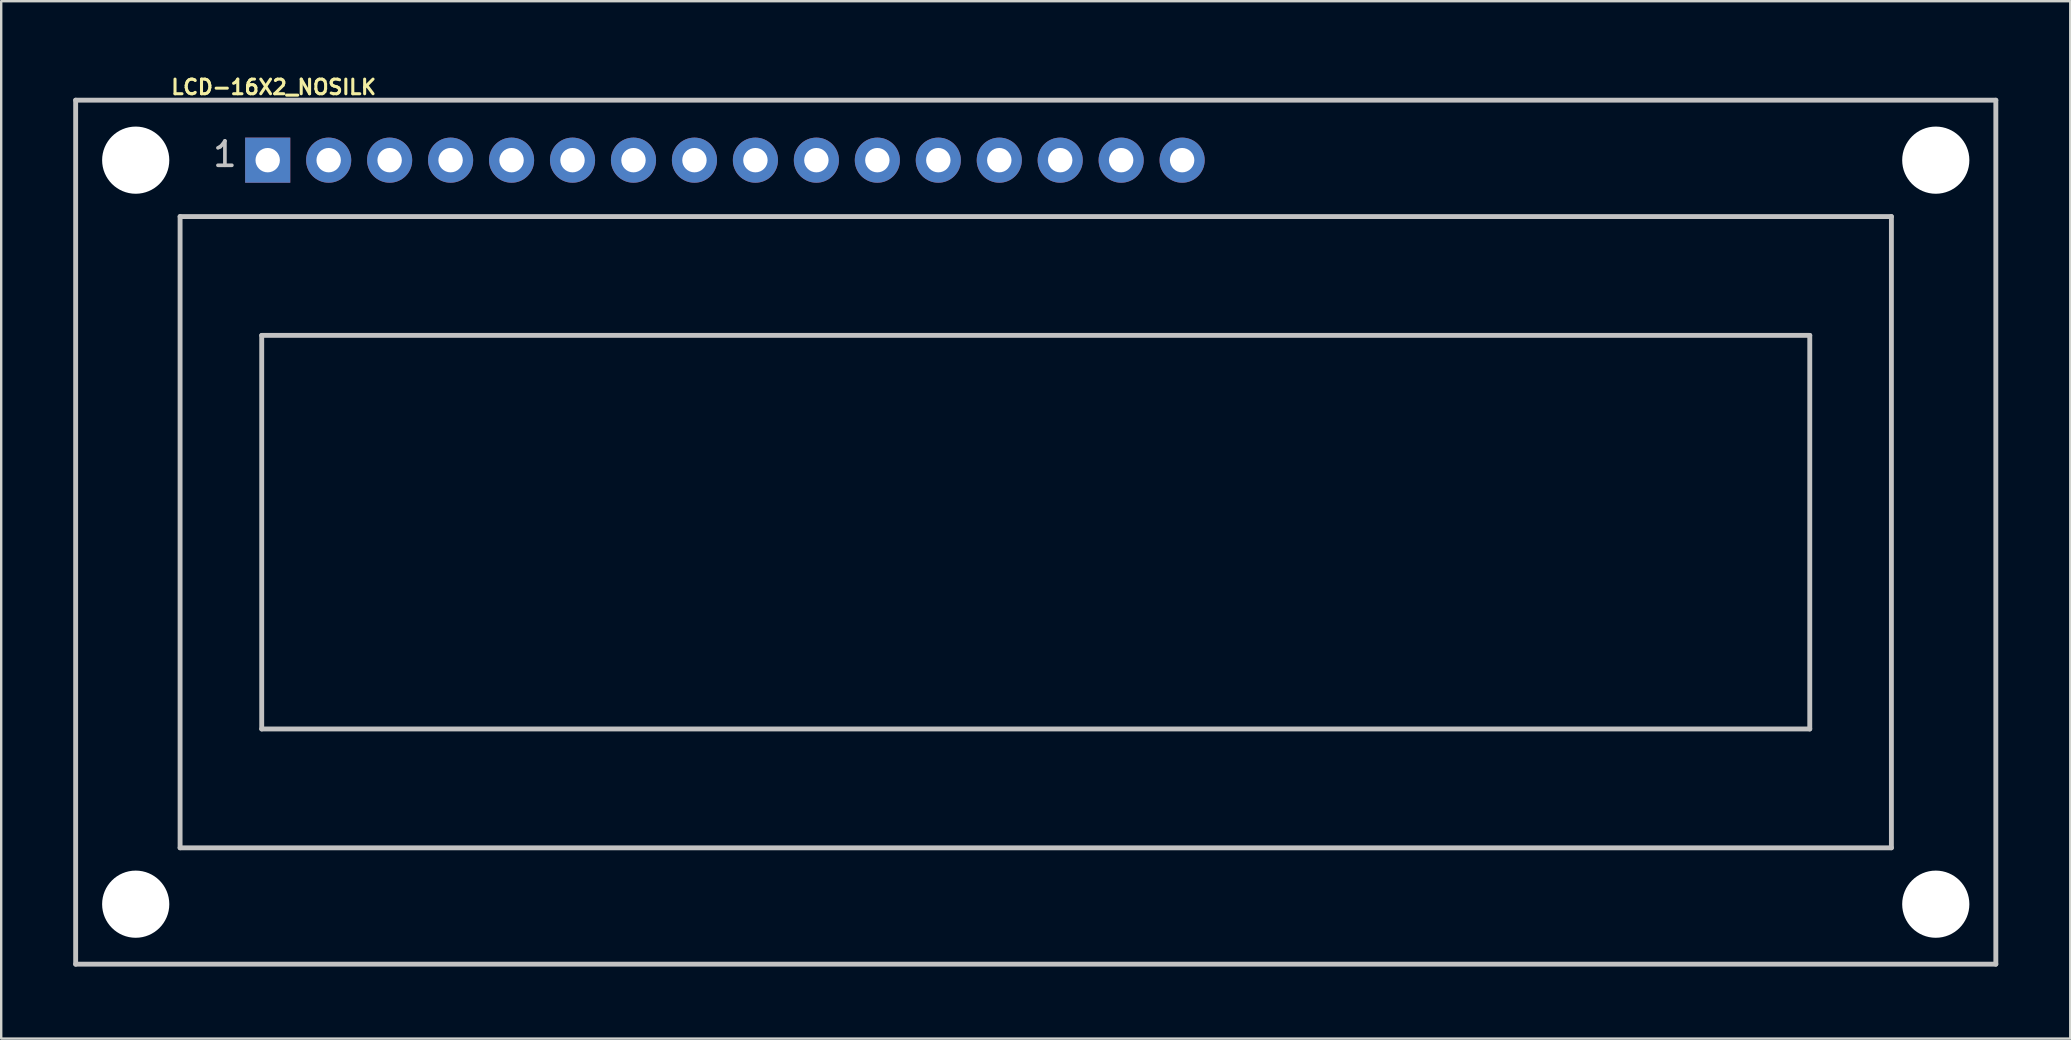
<source format=kicad_pcb>
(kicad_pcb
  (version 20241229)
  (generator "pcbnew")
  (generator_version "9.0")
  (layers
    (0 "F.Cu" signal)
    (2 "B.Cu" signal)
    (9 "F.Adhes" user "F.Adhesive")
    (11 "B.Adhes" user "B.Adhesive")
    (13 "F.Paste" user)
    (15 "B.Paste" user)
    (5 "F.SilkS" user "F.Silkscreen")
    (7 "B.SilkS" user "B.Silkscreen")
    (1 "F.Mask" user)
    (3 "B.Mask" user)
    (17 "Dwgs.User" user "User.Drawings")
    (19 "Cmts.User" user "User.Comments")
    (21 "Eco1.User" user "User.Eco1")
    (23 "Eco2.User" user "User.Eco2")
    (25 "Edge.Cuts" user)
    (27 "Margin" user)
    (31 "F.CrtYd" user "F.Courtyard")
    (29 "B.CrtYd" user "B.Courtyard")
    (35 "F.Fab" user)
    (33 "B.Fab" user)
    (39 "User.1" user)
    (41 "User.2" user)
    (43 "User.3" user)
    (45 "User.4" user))
  (footprint "LCD-16X2_NOSILK"
    (layer "F.Cu")
    (at 40.102 19.122)
    (property "Reference" "LCD-16X2_NOSILK" (at -31.75 -18.542 0) (layer "F.SilkS") (effects (font (size 0.61 0.61) (thickness 0.127))))
    (attr exclude_from_pos_files exclude_from_bom)
    (fp_line (start -40 -17.998) (end 40 -17.998) (stroke (width 0.203) (type solid)) (layer "Dwgs.User"))
    (fp_line (start -40 17.998) (end -40 -17.998) (stroke (width 0.203) (type solid)) (layer "Dwgs.User"))
    (fp_line (start -35.649 -13.15) (end 35.649 -13.15) (stroke (width 0.203) (type solid)) (layer "Dwgs.User"))
    (fp_line (start -35.649 13.15) (end -35.649 -13.15) (stroke (width 0.203) (type solid)) (layer "Dwgs.User"))
    (fp_line (start -32.248 -8.199) (end 32.248 -8.199) (stroke (width 0.203) (type solid)) (layer "Dwgs.User"))
    (fp_line (start -32.248 8.199) (end -32.248 -8.199) (stroke (width 0.203) (type solid)) (layer "Dwgs.User"))
    (fp_line (start 32.248 -8.199) (end 32.248 8.199) (stroke (width 0.203) (type solid)) (layer "Dwgs.User"))
    (fp_line (start 32.248 8.199) (end -32.248 8.199) (stroke (width 0.203) (type solid)) (layer "Dwgs.User"))
    (fp_line (start 35.649 -13.15) (end 35.649 13.15) (stroke (width 0.203) (type solid)) (layer "Dwgs.User"))
    (fp_line (start 35.649 13.15) (end -35.649 13.15) (stroke (width 0.203) (type solid)) (layer "Dwgs.User"))
    (fp_line (start 40 -17.998) (end 40 17.998) (stroke (width 0.203) (type solid)) (layer "Dwgs.User"))
    (fp_line (start 40 17.998) (end -40 17.998) (stroke (width 0.203) (type solid)) (layer "Dwgs.User"))
    (fp_text user "1" (at -33.782 -15.748 0) (layer "Dwgs.User") (effects (font (size 1.016 1.016) (thickness 0.152))))
    (pad "" np_thru_hole circle (at -37.498 -15.499) (size 2.799 2.799) (drill 2.799) (layers "*.Cu" "*.Mask"))
    (pad "" np_thru_hole circle (at -37.498 15.499) (size 2.799 2.799) (drill 2.799) (layers "*.Cu" "*.Mask"))
    (pad "" np_thru_hole circle (at 37.498 -15.499) (size 2.799 2.799) (drill 2.799) (layers "*.Cu" "*.Mask"))
    (pad "" np_thru_hole circle (at 37.498 15.499) (size 2.799 2.799) (drill 2.799) (layers "*.Cu" "*.Mask"))
    (pad "1" thru_hole rect (at -31.999 -15.499) (size 1.88 1.88) (drill 1.016) (layers "*.Cu" "*.Mask"))
    (pad "2" thru_hole circle (at -29.459 -15.499) (size 1.88 1.88) (drill 1.016) (layers "*.Cu" "*.Mask"))
    (pad "3" thru_hole circle (at -26.919 -15.499) (size 1.88 1.88) (drill 1.016) (layers "*.Cu" "*.Mask"))
    (pad "4" thru_hole circle (at -24.379 -15.499) (size 1.88 1.88) (drill 1.016) (layers "*.Cu" "*.Mask"))
    (pad "5" thru_hole circle (at -21.839 -15.499) (size 1.88 1.88) (drill 1.016) (layers "*.Cu" "*.Mask"))
    (pad "6" thru_hole circle (at -19.299 -15.499) (size 1.88 1.88) (drill 1.016) (layers "*.Cu" "*.Mask"))
    (pad "7" thru_hole circle (at -16.759 -15.499) (size 1.88 1.88) (drill 1.016) (layers "*.Cu" "*.Mask"))
    (pad "8" thru_hole circle (at -14.219 -15.499) (size 1.88 1.88) (drill 1.016) (layers "*.Cu" "*.Mask"))
    (pad "9" thru_hole circle (at -11.679 -15.499) (size 1.88 1.88) (drill 1.016) (layers "*.Cu" "*.Mask"))
    (pad "10" thru_hole circle (at -9.139 -15.499) (size 1.88 1.88) (drill 1.016) (layers "*.Cu" "*.Mask"))
    (pad "11" thru_hole circle (at -6.599 -15.499) (size 1.88 1.88) (drill 1.016) (layers "*.Cu" "*.Mask"))
    (pad "12" thru_hole circle (at -4.059 -15.499) (size 1.88 1.88) (drill 1.016) (layers "*.Cu" "*.Mask"))
    (pad "13" thru_hole circle (at -1.519 -15.499) (size 1.88 1.88) (drill 1.016) (layers "*.Cu" "*.Mask"))
    (pad "14" thru_hole circle (at 1.019 -15.499) (size 1.88 1.88) (drill 1.016) (layers "*.Cu" "*.Mask"))
    (pad "15" thru_hole circle (at 3.559 -15.499) (size 1.88 1.88) (drill 1.016) (layers "*.Cu" "*.Mask"))
    (pad "16" thru_hole circle (at 6.099 -15.499) (size 1.88 1.88) (drill 1.016) (layers "*.Cu" "*.Mask")))
  (gr_rect
    (start -3 -3)
    (end 83.203 40.222)
    (stroke (width 0.1) (type default))
    (fill no)
    (layer "Edge.Cuts")))
</source>
